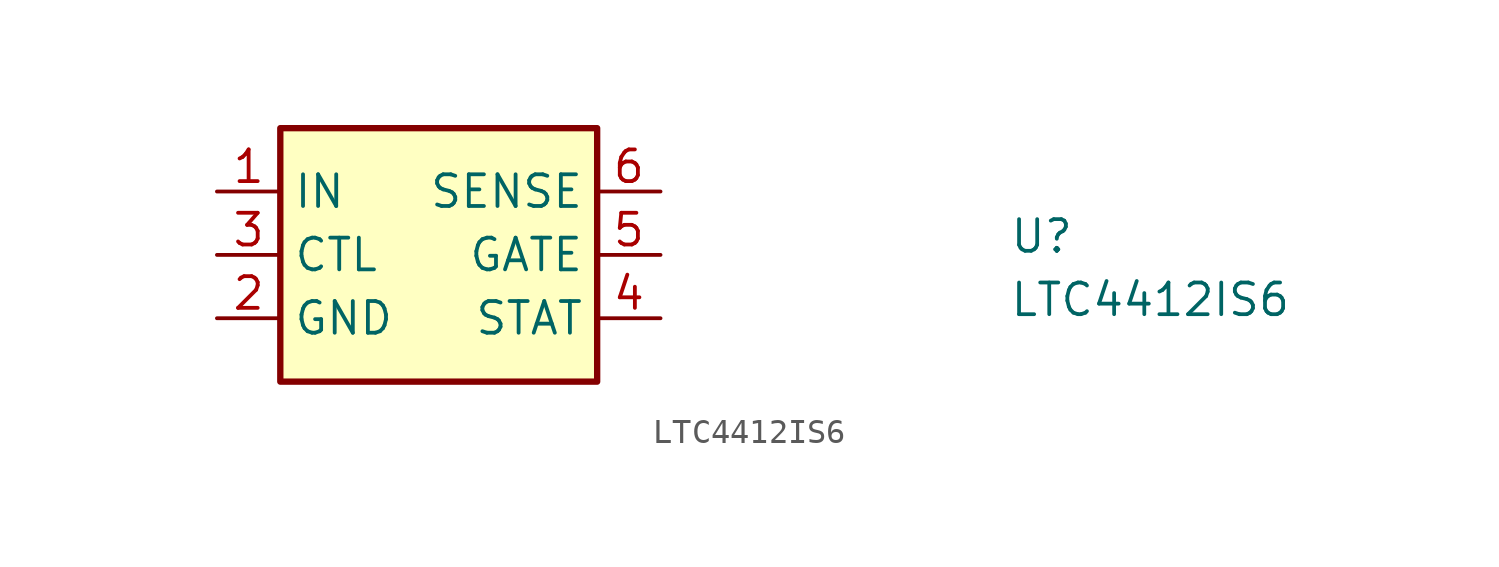
<source format=kicad_sym>
(kicad_symbol_lib
  (version 20211014)
  (generator kicad_symbol_editor)
  (symbol "LTC4412IS6"
    (property "Reference" "U"
      (at 31.75 -2.54 0)
      (effects (font (size 1.27 1.27) (thickness 0.15)) (justify left bottom)))
    (property "Value" "LTC4412IS6"
      (at 31.75 -5.08 0)
      (effects (font (size 1.27 1.27) (thickness 0.15)) (justify left bottom)))
    (symbol "LTC4412IS6_1_1"
      (rectangle (start 2.54 2.54) (end 15.24 -7.62) (stroke (width 0.254) (type default) (color 0 0 0 0)) (fill (type background)))
      (pin power_in line (at 0 0 0) (length 2.54) (name "IN" (effects (font (size 1.27 1.27)))) (number "1" (effects (font (size 1.27 1.27)))))
      (pin power_in line (at 0 -5.08 0) (length 2.54) (name "GND" (effects (font (size 1.27 1.27)))) (number "2" (effects (font (size 1.27 1.27)))))
      (pin input line (at 0 -2.54 0) (length 2.54) (name "CTL" (effects (font (size 1.27 1.27)))) (number "3" (effects (font (size 1.27 1.27)))))
      (pin output line (at 17.78 -5.08 180) (length 2.54) (name "STAT" (effects (font (size 1.27 1.27)))) (number "4" (effects (font (size 1.27 1.27)))))
      (pin output line (at 17.78 -2.54 180) (length 2.54) (name "GATE" (effects (font (size 1.27 1.27)))) (number "5" (effects (font (size 1.27 1.27)))))
      (pin input line (at 17.78 0 180) (length 2.54) (name "SENSE" (effects (font (size 1.27 1.27)))) (number "6" (effects (font (size 1.27 1.27))))))))
</source>
